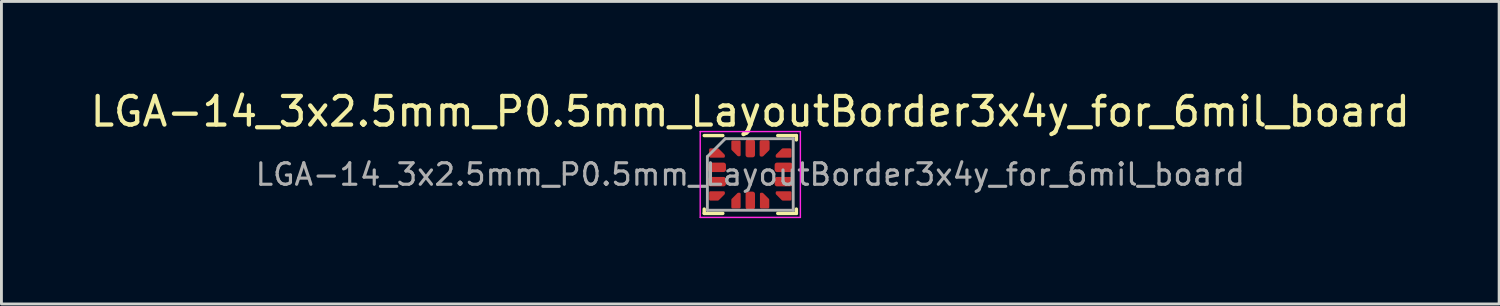
<source format=kicad_pcb>
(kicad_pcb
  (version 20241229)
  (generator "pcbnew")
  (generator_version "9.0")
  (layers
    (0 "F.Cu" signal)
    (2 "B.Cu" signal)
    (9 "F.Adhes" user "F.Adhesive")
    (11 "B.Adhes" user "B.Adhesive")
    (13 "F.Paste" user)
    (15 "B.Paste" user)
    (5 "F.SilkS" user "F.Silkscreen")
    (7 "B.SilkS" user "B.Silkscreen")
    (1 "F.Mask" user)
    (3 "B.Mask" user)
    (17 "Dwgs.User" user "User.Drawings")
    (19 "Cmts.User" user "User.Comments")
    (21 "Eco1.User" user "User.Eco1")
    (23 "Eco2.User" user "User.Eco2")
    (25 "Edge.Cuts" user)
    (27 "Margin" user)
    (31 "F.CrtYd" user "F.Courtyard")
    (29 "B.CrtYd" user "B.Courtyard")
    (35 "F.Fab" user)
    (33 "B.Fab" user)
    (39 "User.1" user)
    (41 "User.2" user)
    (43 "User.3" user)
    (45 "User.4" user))
  (footprint "LGA-14_3x2.5mm_P0.5mm_LayoutBorder3x4y_for_6mil_board"
    (layer "F.Cu")
    (at 23.173 3.048)
    (property "Reference" "LGA-14_3x2.5mm_P0.5mm_LayoutBorder3x4y_for_6mil_board" (at 0 -2.2 0) (layer "F.SilkS") (effects (font (size 1 1) (thickness 0.15))))
    (attr smd)
    (fp_line (start -1.61 1.36) (end -1.61 1.21) (stroke (width 0.12) (type solid)) (layer "F.SilkS"))
    (fp_line (start -0.96 -1.36) (end -1.61 -1.36) (stroke (width 0.12) (type solid)) (layer "F.SilkS"))
    (fp_line (start -0.96 1.36) (end -1.61 1.36) (stroke (width 0.12) (type solid)) (layer "F.SilkS"))
    (fp_line (start 0.96 -1.36) (end 1.61 -1.36) (stroke (width 0.12) (type solid)) (layer "F.SilkS"))
    (fp_line (start 0.96 1.36) (end 1.61 1.36) (stroke (width 0.12) (type solid)) (layer "F.SilkS"))
    (fp_line (start 1.61 -1.36) (end 1.61 -1.21) (stroke (width 0.12) (type solid)) (layer "F.SilkS"))
    (fp_line (start 1.61 1.36) (end 1.61 1.21) (stroke (width 0.12) (type solid)) (layer "F.SilkS"))
    (fp_line (start -1.75 -1.5) (end -1.75 1.5) (stroke (width 0.05) (type solid)) (layer "F.CrtYd"))
    (fp_line (start -1.75 1.5) (end 1.75 1.5) (stroke (width 0.05) (type solid)) (layer "F.CrtYd"))
    (fp_line (start 1.75 -1.5) (end -1.75 -1.5) (stroke (width 0.05) (type solid)) (layer "F.CrtYd"))
    (fp_line (start 1.75 1.5) (end 1.75 -1.5) (stroke (width 0.05) (type solid)) (layer "F.CrtYd"))
    (fp_line (start -1.5 -0.625) (end -0.875 -1.25) (stroke (width 0.1) (type solid)) (layer "F.Fab"))
    (fp_line (start -1.5 1.25) (end -1.5 -0.625) (stroke (width 0.1) (type solid)) (layer "F.Fab"))
    (fp_line (start -0.875 -1.25) (end 1.5 -1.25) (stroke (width 0.1) (type solid)) (layer "F.Fab"))
    (fp_line (start 1.5 -1.25) (end 1.5 1.25) (stroke (width 0.1) (type solid)) (layer "F.Fab"))
    (fp_line (start 1.5 1.25) (end -1.5 1.25) (stroke (width 0.1) (type solid)) (layer "F.Fab"))
    (fp_text user "${REFERENCE}" (at 0 0 0) (layer "F.Fab") (effects (font (size 0.75 0.75) (thickness 0.11))))
    (pad "1" smd custom (at -1.163 -0.75) (size 0.223 0.223) (layers "F.Cu" "F.Mask" "F.Paste") (options (anchor circle)) (primitives (gr_poly (pts (xy -0.237 -0.125) (xy 0.031 -0.125) (xy 0.237 0.081) (xy 0.237 0.125) (xy -0.237 0.125)) (width 0.076) (fill yes))))
    (pad "2" smd roundrect (at -1.163 -0.25) (size 0.625 0.33) (layers "F.Cu" "F.Mask" "F.Paste") (roundrect_rratio 0.25))
    (pad "3" smd roundrect (at -1.163 0.25) (size 0.625 0.33) (layers "F.Cu" "F.Mask" "F.Paste") (roundrect_rratio 0.25))
    (pad "4" smd custom (at -1.163 0.75) (size 0.223 0.223) (layers "F.Cu" "F.Mask" "F.Paste") (options (anchor circle)) (primitives (gr_poly (pts (xy -0.237 -0.125) (xy 0.237 -0.125) (xy 0.237 -0.081) (xy 0.031 0.125) (xy -0.237 0.125)) (width 0.076) (fill yes))))
    (pad "5" smd custom (at -0.5 0.912) (size 0.223 0.223) (layers "F.Cu" "F.Mask" "F.Paste") (options (anchor circle)) (primitives (gr_poly (pts (xy -0.125 -0.031) (xy 0.081 -0.237) (xy 0.125 -0.237) (xy 0.125 0.237) (xy -0.125 0.237)) (width 0.076) (fill yes))))
    (pad "6" smd roundrect (at 0 0.912) (size 0.33 0.625) (layers "F.Cu" "F.Mask" "F.Paste") (roundrect_rratio 0.25))
    (pad "7" smd custom (at 0.5 0.912) (size 0.223 0.223) (layers "F.Cu" "F.Mask" "F.Paste") (options (anchor circle)) (primitives (gr_poly (pts (xy -0.125 -0.237) (xy -0.081 -0.237) (xy 0.125 -0.031) (xy 0.125 0.237) (xy -0.125 0.237)) (width 0.076) (fill yes))))
    (pad "8" smd custom (at 1.163 0.75) (size 0.223 0.223) (layers "F.Cu" "F.Mask" "F.Paste") (options (anchor circle)) (primitives (gr_poly (pts (xy -0.237 -0.125) (xy 0.237 -0.125) (xy 0.237 0.125) (xy -0.031 0.125) (xy -0.237 -0.081)) (width 0.076) (fill yes))))
    (pad "9" smd roundrect (at 1.163 0.25) (size 0.625 0.33) (layers "F.Cu" "F.Mask" "F.Paste") (roundrect_rratio 0.25))
    (pad "10" smd roundrect (at 1.163 -0.25) (size 0.625 0.33) (layers "F.Cu" "F.Mask" "F.Paste") (roundrect_rratio 0.25))
    (pad "11" smd custom (at 1.163 -0.75) (size 0.223 0.223) (layers "F.Cu" "F.Mask" "F.Paste") (options (anchor circle)) (primitives (gr_poly (pts (xy -0.237 0.081) (xy -0.031 -0.125) (xy 0.237 -0.125) (xy 0.237 0.125) (xy -0.237 0.125)) (width 0.076) (fill yes))))
    (pad "12" smd custom (at 0.5 -0.912) (size 0.223 0.223) (layers "F.Cu" "F.Mask" "F.Paste") (options (anchor circle)) (primitives (gr_poly (pts (xy -0.125 -0.237) (xy 0.125 -0.237) (xy 0.125 0.031) (xy -0.081 0.237) (xy -0.125 0.237)) (width 0.099) (fill yes))))
    (pad "13" smd roundrect (at 0 -0.912) (size 0.33 0.625) (layers "F.Cu" "F.Mask" "F.Paste") (roundrect_rratio 0.25))
    (pad "14" smd custom (at -0.5 -0.912) (size 0.178 0.178) (layers "F.Cu" "F.Mask" "F.Paste") (options (anchor circle)) (primitives (gr_poly (pts (xy -0.125 -0.237) (xy 0.125 -0.237) (xy 0.125 0.237) (xy 0.081 0.237) (xy -0.125 0.031)) (width 0.076) (fill yes)))))
  (gr_rect
    (start -3 -3)
    (end 49.345 7.573)
    (stroke (width 0.1) (type default))
    (fill no)
    (layer "Edge.Cuts")))
</source>
